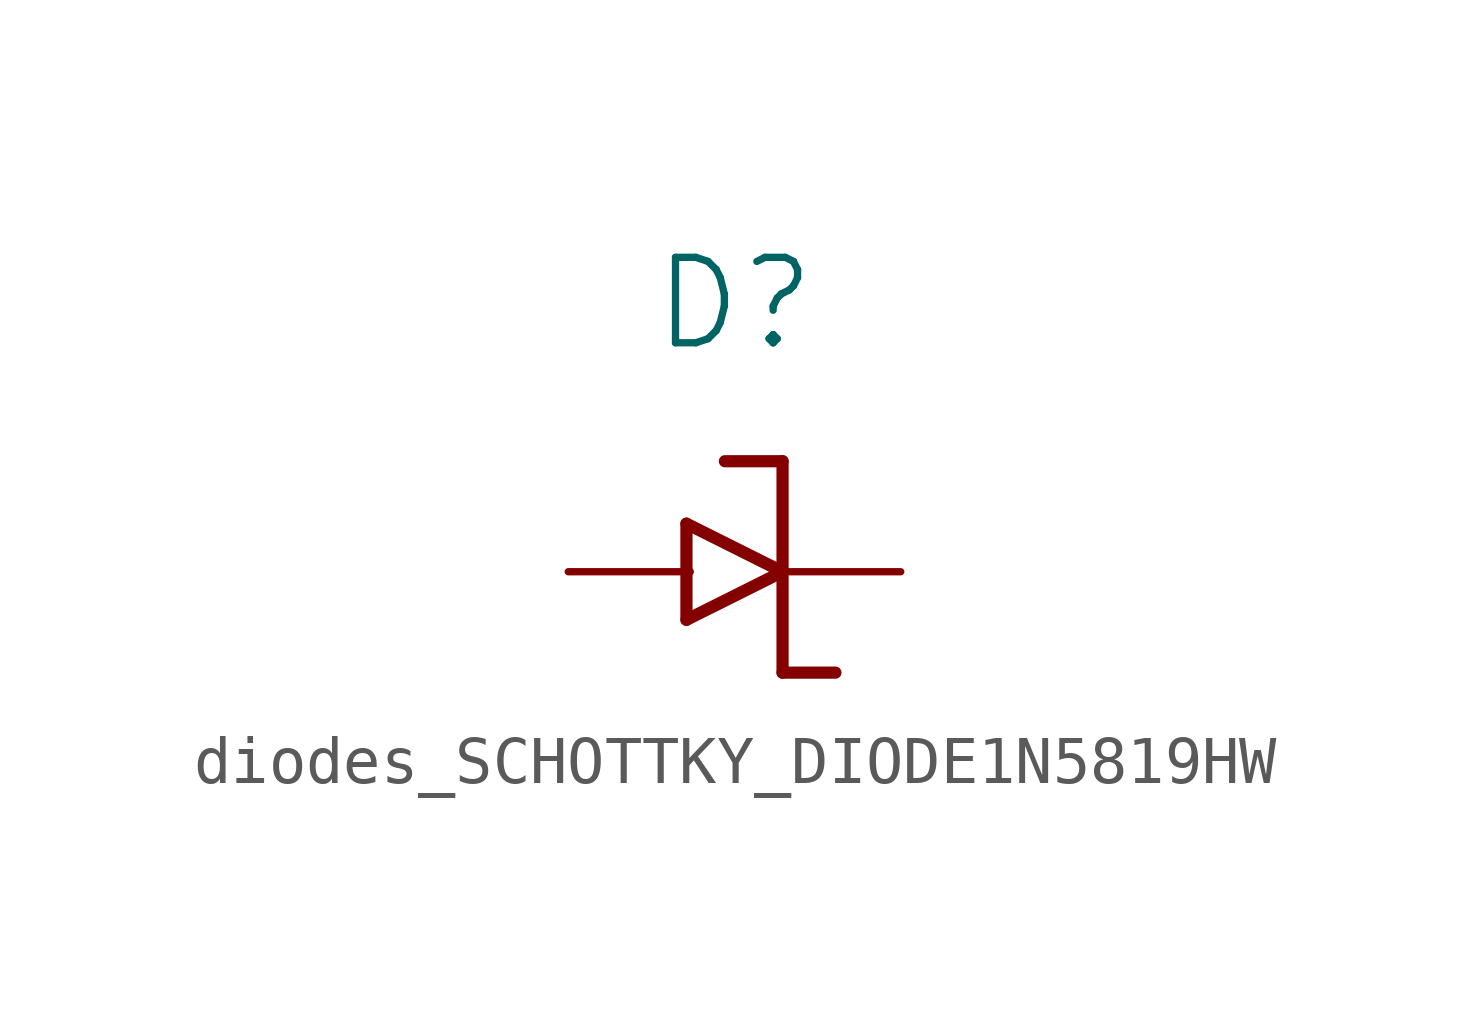
<source format=kicad_sym>
(kicad_symbol_lib
  (version 20241209)
  (generator "kicad_symbol_editor")
  (generator_version "9.0")
  (symbol "diodes_SCHOTTKY_DIODE1N5819HW"
    (property "Reference" "D"
      (at 0 4.54 0)
      (effects (font (size 1.778 1.778)) (justify bottom)))
    (property "ki_locked" ""
      (at 0 0 0)
      (effects (font (size 1.27 1.27))))
    (symbol "diodes_SCHOTTKY_DIODE1N5819HW_1_0"
      (polyline (pts (xy -1 1) (xy -1 -1)) (stroke (width 0.254) (type solid)) (fill (type none)))
      (polyline (pts (xy -1 -1) (xy 1 0)) (stroke (width 0.254) (type solid)) (fill (type none)))
      (polyline (pts (xy 1 2.3) (xy -0.2 2.3)) (stroke (width 0.254) (type solid)) (fill (type none)))
      (polyline (pts (xy 1 0) (xy -1 1)) (stroke (width 0.254) (type solid)) (fill (type none)))
      (polyline (pts (xy 1 0) (xy 1 2.3)) (stroke (width 0.254) (type solid)) (fill (type none)))
      (polyline (pts (xy 1 0) (xy 1 -2.1)) (stroke (width 0.254) (type solid)) (fill (type none)))
      (polyline (pts (xy 1 -2.1) (xy 2.1 -2.1)) (stroke (width 0.254) (type solid)) (fill (type none)))
      (pin bidirectional line (at -3.46 0 0) (length 2.54) (name "A" (effects (font (size 0 0)))) (number "ANODE" (effects (font (size 0 0)))))
      (pin bidirectional line (at 3.46 0 180) (length 2.54) (name "C" (effects (font (size 0 0)))) (number "CATHODE" (effects (font (size 0 0))))))))
</source>
